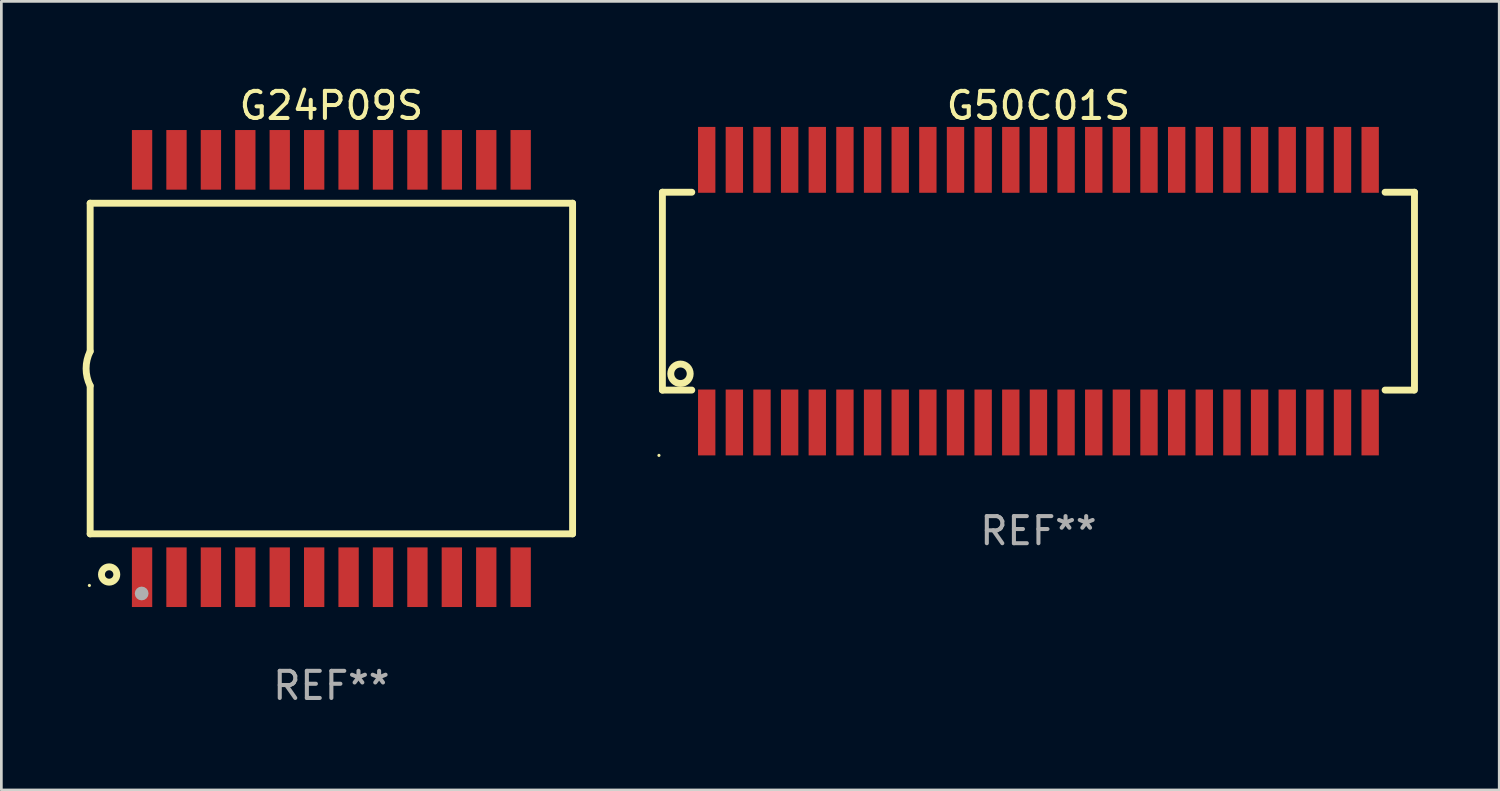
<source format=kicad_pcb>
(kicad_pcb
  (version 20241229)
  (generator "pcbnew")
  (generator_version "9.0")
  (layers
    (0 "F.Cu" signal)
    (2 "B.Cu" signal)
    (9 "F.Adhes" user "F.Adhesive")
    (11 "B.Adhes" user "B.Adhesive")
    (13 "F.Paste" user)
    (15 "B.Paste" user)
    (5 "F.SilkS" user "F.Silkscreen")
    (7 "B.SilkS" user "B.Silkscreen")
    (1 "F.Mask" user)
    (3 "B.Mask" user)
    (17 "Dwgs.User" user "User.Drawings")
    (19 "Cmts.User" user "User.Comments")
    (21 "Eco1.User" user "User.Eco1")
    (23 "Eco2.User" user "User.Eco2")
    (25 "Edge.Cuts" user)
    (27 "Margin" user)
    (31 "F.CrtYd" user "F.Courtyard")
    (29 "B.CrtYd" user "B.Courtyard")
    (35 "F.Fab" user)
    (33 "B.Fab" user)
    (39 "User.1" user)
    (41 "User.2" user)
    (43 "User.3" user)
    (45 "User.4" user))
  (footprint "G24P09S"
    (layer "F.Cu")
    (at 9.177 10.548)
    (property "Reference" "G24P09S" (at 0 -9.7 0) (layer "F.SilkS") (effects (font (size 1 1) (thickness 0.15))))
    (attr through_hole)
    (fp_line (start -8.9 -6.1) (end -8.9 -0.635) (stroke (width 0.254) (type solid)) (layer "F.SilkS"))
    (fp_line (start -8.9 6.1) (end -8.9 0.635) (stroke (width 0.254) (type solid)) (layer "F.SilkS"))
    (fp_line (start 8.9 -6.1) (end -8.9 -6.1) (stroke (width 0.254) (type solid)) (layer "F.SilkS"))
    (fp_line (start 8.9 -6.1) (end 8.9 6.1) (stroke (width 0.254) (type solid)) (layer "F.SilkS"))
    (fp_line (start 8.9 6.1) (end -8.9 6.1) (stroke (width 0.254) (type solid)) (layer "F.SilkS"))
    (fp_arc (start -8.900165 0.635001) (mid -9.050016 -0.000018) (end -8.900013 -0.635001) (stroke (width 0.254001) (type solid)) (layer "F.SilkS"))
    (fp_circle (center -8.929 8.004) (end -8.899 8.004) (stroke (width 0.06) (type solid)) (fill no) (layer "F.SilkS"))
    (fp_circle (center -8.2 7.6) (end -7.917 7.6) (stroke (width 0.254) (type solid)) (fill no) (layer "F.SilkS"))
    (fp_circle (center -7 8.3) (end -6.873 8.3) (stroke (width 0.254) (type solid)) (fill no) (layer "F.Fab"))
    (fp_text user "REF**" (at 0 11.7 0) (layer "F.Fab") (effects (font (size 1 1) (thickness 0.15))))
    (pad "1" smd rect (at -6.985 7.7) (size 0.75 2.2) (layers "F.Cu" "F.Mask" "F.Paste"))
    (pad "2" smd rect (at -5.715 7.7) (size 0.75 2.2) (layers "F.Cu" "F.Mask" "F.Paste"))
    (pad "3" smd rect (at -4.445 7.7) (size 0.75 2.2) (layers "F.Cu" "F.Mask" "F.Paste"))
    (pad "4" smd rect (at -3.175 7.7) (size 0.75 2.2) (layers "F.Cu" "F.Mask" "F.Paste"))
    (pad "5" smd rect (at -1.905 7.7) (size 0.75 2.2) (layers "F.Cu" "F.Mask" "F.Paste"))
    (pad "6" smd rect (at -0.635 7.7) (size 0.75 2.2) (layers "F.Cu" "F.Mask" "F.Paste"))
    (pad "7" smd rect (at 0.635 7.7) (size 0.75 2.2) (layers "F.Cu" "F.Mask" "F.Paste"))
    (pad "8" smd rect (at 1.905 7.7) (size 0.75 2.2) (layers "F.Cu" "F.Mask" "F.Paste"))
    (pad "9" smd rect (at 3.175 7.7) (size 0.75 2.2) (layers "F.Cu" "F.Mask" "F.Paste"))
    (pad "10" smd rect (at 4.445 7.7) (size 0.75 2.2) (layers "F.Cu" "F.Mask" "F.Paste"))
    (pad "11" smd rect (at 5.715 7.7) (size 0.75 2.2) (layers "F.Cu" "F.Mask" "F.Paste"))
    (pad "12" smd rect (at 6.985 7.7) (size 0.75 2.2) (layers "F.Cu" "F.Mask" "F.Paste"))
    (pad "13" smd rect (at 6.985 -7.7) (size 0.75 2.2) (layers "F.Cu" "F.Mask" "F.Paste"))
    (pad "14" smd rect (at 5.715 -7.7) (size 0.75 2.2) (layers "F.Cu" "F.Mask" "F.Paste"))
    (pad "15" smd rect (at 4.445 -7.7) (size 0.75 2.2) (layers "F.Cu" "F.Mask" "F.Paste"))
    (pad "16" smd rect (at 3.175 -7.7) (size 0.75 2.2) (layers "F.Cu" "F.Mask" "F.Paste"))
    (pad "17" smd rect (at 1.905 -7.7) (size 0.75 2.2) (layers "F.Cu" "F.Mask" "F.Paste"))
    (pad "18" smd rect (at 0.635 -7.7) (size 0.75 2.2) (layers "F.Cu" "F.Mask" "F.Paste"))
    (pad "19" smd rect (at -0.635 -7.7) (size 0.75 2.2) (layers "F.Cu" "F.Mask" "F.Paste"))
    (pad "20" smd rect (at -1.905 -7.7) (size 0.75 2.2) (layers "F.Cu" "F.Mask" "F.Paste"))
    (pad "21" smd rect (at -3.175 -7.7) (size 0.75 2.2) (layers "F.Cu" "F.Mask" "F.Paste"))
    (pad "22" smd rect (at -4.445 -7.7) (size 0.75 2.2) (layers "F.Cu" "F.Mask" "F.Paste"))
    (pad "23" smd rect (at -5.715 -7.7) (size 0.75 2.2) (layers "F.Cu" "F.Mask" "F.Paste"))
    (pad "24" smd rect (at -6.985 -7.7) (size 0.75 2.2) (layers "F.Cu" "F.Mask" "F.Paste")))
  (footprint "G50C01S"
    (layer "F.Cu")
    (at 35.266 7.693)
    (property "Reference" "G50C01S" (at 0 -6.845 0) (layer "F.SilkS") (effects (font (size 1 1) (thickness 0.15))))
    (attr through_hole)
    (fp_line (start -13.875 -3.65) (end -13.875 3.65) (stroke (width 0.254) (type solid)) (layer "F.SilkS"))
    (fp_line (start -13.875 -3.65) (end -12.791 -3.65) (stroke (width 0.254) (type solid)) (layer "F.SilkS"))
    (fp_line (start -13.875 3.65) (end -12.791 3.65) (stroke (width 0.254) (type solid)) (layer "F.SilkS"))
    (fp_line (start 12.791 -3.65) (end 13.875 -3.65) (stroke (width 0.254) (type solid)) (layer "F.SilkS"))
    (fp_line (start 12.791 3.65) (end 13.843 3.65) (stroke (width 0.254) (type solid)) (layer "F.SilkS"))
    (fp_line (start 13.875 -3.65) (end 13.875 3.65) (stroke (width 0.254) (type solid)) (layer "F.SilkS"))
    (fp_circle (center -14.002 6.06) (end -13.972 6.06) (stroke (width 0.06) (type solid)) (fill no) (layer "F.SilkS"))
    (fp_circle (center -13.208 3.048) (end -12.849 3.048) (stroke (width 0.254) (type solid)) (fill no) (layer "F.SilkS"))
    (fp_text user "REF**" (at 0 8.845 0) (layer "F.Fab") (effects (font (size 1 1) (thickness 0.15))))
    (pad "1" smd rect (at -12.24 4.845) (size 0.64 2.43) (layers "F.Cu" "F.Mask" "F.Paste"))
    (pad "2" smd rect (at -11.22 4.845) (size 0.64 2.43) (layers "F.Cu" "F.Mask" "F.Paste"))
    (pad "3" smd rect (at -10.2 4.845) (size 0.64 2.43) (layers "F.Cu" "F.Mask" "F.Paste"))
    (pad "4" smd rect (at -9.18 4.845) (size 0.64 2.43) (layers "F.Cu" "F.Mask" "F.Paste"))
    (pad "5" smd rect (at -8.16 4.845) (size 0.64 2.43) (layers "F.Cu" "F.Mask" "F.Paste"))
    (pad "6" smd rect (at -7.14 4.845) (size 0.64 2.43) (layers "F.Cu" "F.Mask" "F.Paste"))
    (pad "7" smd rect (at -6.12 4.845) (size 0.64 2.43) (layers "F.Cu" "F.Mask" "F.Paste"))
    (pad "8" smd rect (at -5.1 4.845) (size 0.64 2.43) (layers "F.Cu" "F.Mask" "F.Paste"))
    (pad "9" smd rect (at -4.08 4.845) (size 0.64 2.43) (layers "F.Cu" "F.Mask" "F.Paste"))
    (pad "10" smd rect (at -3.06 4.845) (size 0.64 2.43) (layers "F.Cu" "F.Mask" "F.Paste"))
    (pad "11" smd rect (at -2.04 4.845) (size 0.64 2.43) (layers "F.Cu" "F.Mask" "F.Paste"))
    (pad "12" smd rect (at -1.02 4.845) (size 0.64 2.43) (layers "F.Cu" "F.Mask" "F.Paste"))
    (pad "13" smd rect (at 0 4.845) (size 0.64 2.43) (layers "F.Cu" "F.Mask" "F.Paste"))
    (pad "14" smd rect (at 1.02 4.845) (size 0.64 2.43) (layers "F.Cu" "F.Mask" "F.Paste"))
    (pad "15" smd rect (at 2.04 4.845) (size 0.64 2.43) (layers "F.Cu" "F.Mask" "F.Paste"))
    (pad "16" smd rect (at 3.06 4.845) (size 0.64 2.43) (layers "F.Cu" "F.Mask" "F.Paste"))
    (pad "17" smd rect (at 4.08 4.845) (size 0.64 2.43) (layers "F.Cu" "F.Mask" "F.Paste"))
    (pad "18" smd rect (at 5.1 4.845) (size 0.64 2.43) (layers "F.Cu" "F.Mask" "F.Paste"))
    (pad "19" smd rect (at 6.12 4.845) (size 0.64 2.43) (layers "F.Cu" "F.Mask" "F.Paste"))
    (pad "20" smd rect (at 7.14 4.845) (size 0.64 2.43) (layers "F.Cu" "F.Mask" "F.Paste"))
    (pad "21" smd rect (at 8.16 4.845) (size 0.64 2.43) (layers "F.Cu" "F.Mask" "F.Paste"))
    (pad "22" smd rect (at 9.18 4.845) (size 0.64 2.43) (layers "F.Cu" "F.Mask" "F.Paste"))
    (pad "23" smd rect (at 10.2 4.845) (size 0.64 2.43) (layers "F.Cu" "F.Mask" "F.Paste"))
    (pad "24" smd rect (at 11.22 4.845) (size 0.64 2.43) (layers "F.Cu" "F.Mask" "F.Paste"))
    (pad "25" smd rect (at 12.24 4.845) (size 0.64 2.43) (layers "F.Cu" "F.Mask" "F.Paste"))
    (pad "26" smd rect (at 12.24 -4.845) (size 0.64 2.43) (layers "F.Cu" "F.Mask" "F.Paste"))
    (pad "27" smd rect (at 11.22 -4.845) (size 0.64 2.43) (layers "F.Cu" "F.Mask" "F.Paste"))
    (pad "28" smd rect (at 10.2 -4.845) (size 0.64 2.43) (layers "F.Cu" "F.Mask" "F.Paste"))
    (pad "29" smd rect (at 9.18 -4.845) (size 0.64 2.43) (layers "F.Cu" "F.Mask" "F.Paste"))
    (pad "30" smd rect (at 8.16 -4.845) (size 0.64 2.43) (layers "F.Cu" "F.Mask" "F.Paste"))
    (pad "31" smd rect (at 7.14 -4.845) (size 0.64 2.43) (layers "F.Cu" "F.Mask" "F.Paste"))
    (pad "32" smd rect (at 6.12 -4.845) (size 0.64 2.43) (layers "F.Cu" "F.Mask" "F.Paste"))
    (pad "33" smd rect (at 5.1 -4.845) (size 0.64 2.43) (layers "F.Cu" "F.Mask" "F.Paste"))
    (pad "34" smd rect (at 4.08 -4.845) (size 0.64 2.43) (layers "F.Cu" "F.Mask" "F.Paste"))
    (pad "35" smd rect (at 3.06 -4.845) (size 0.64 2.43) (layers "F.Cu" "F.Mask" "F.Paste"))
    (pad "36" smd rect (at 2.04 -4.845) (size 0.64 2.43) (layers "F.Cu" "F.Mask" "F.Paste"))
    (pad "37" smd rect (at 1.02 -4.845) (size 0.64 2.43) (layers "F.Cu" "F.Mask" "F.Paste"))
    (pad "38" smd rect (at 0 -4.845) (size 0.64 2.43) (layers "F.Cu" "F.Mask" "F.Paste"))
    (pad "39" smd rect (at -1.02 -4.845) (size 0.64 2.43) (layers "F.Cu" "F.Mask" "F.Paste"))
    (pad "40" smd rect (at -2.04 -4.845) (size 0.64 2.43) (layers "F.Cu" "F.Mask" "F.Paste"))
    (pad "41" smd rect (at -3.06 -4.845) (size 0.64 2.43) (layers "F.Cu" "F.Mask" "F.Paste"))
    (pad "42" smd rect (at -4.08 -4.845) (size 0.64 2.43) (layers "F.Cu" "F.Mask" "F.Paste"))
    (pad "43" smd rect (at -5.1 -4.845) (size 0.64 2.43) (layers "F.Cu" "F.Mask" "F.Paste"))
    (pad "44" smd rect (at -6.12 -4.845) (size 0.64 2.43) (layers "F.Cu" "F.Mask" "F.Paste"))
    (pad "45" smd rect (at -7.14 -4.845) (size 0.64 2.43) (layers "F.Cu" "F.Mask" "F.Paste"))
    (pad "46" smd rect (at -8.16 -4.845) (size 0.64 2.43) (layers "F.Cu" "F.Mask" "F.Paste"))
    (pad "47" smd rect (at -9.18 -4.845) (size 0.64 2.43) (layers "F.Cu" "F.Mask" "F.Paste"))
    (pad "48" smd rect (at -10.2 -4.845) (size 0.64 2.43) (layers "F.Cu" "F.Mask" "F.Paste"))
    (pad "49" smd rect (at -11.22 -4.845) (size 0.64 2.43) (layers "F.Cu" "F.Mask" "F.Paste"))
    (pad "50" smd rect (at -12.24 -4.845) (size 0.64 2.43) (layers "F.Cu" "F.Mask" "F.Paste")))
  (gr_rect
    (start -3 -3)
    (end 52.268 26.097)
    (stroke (width 0.1) (type default))
    (fill no)
    (layer "Edge.Cuts")))
</source>
